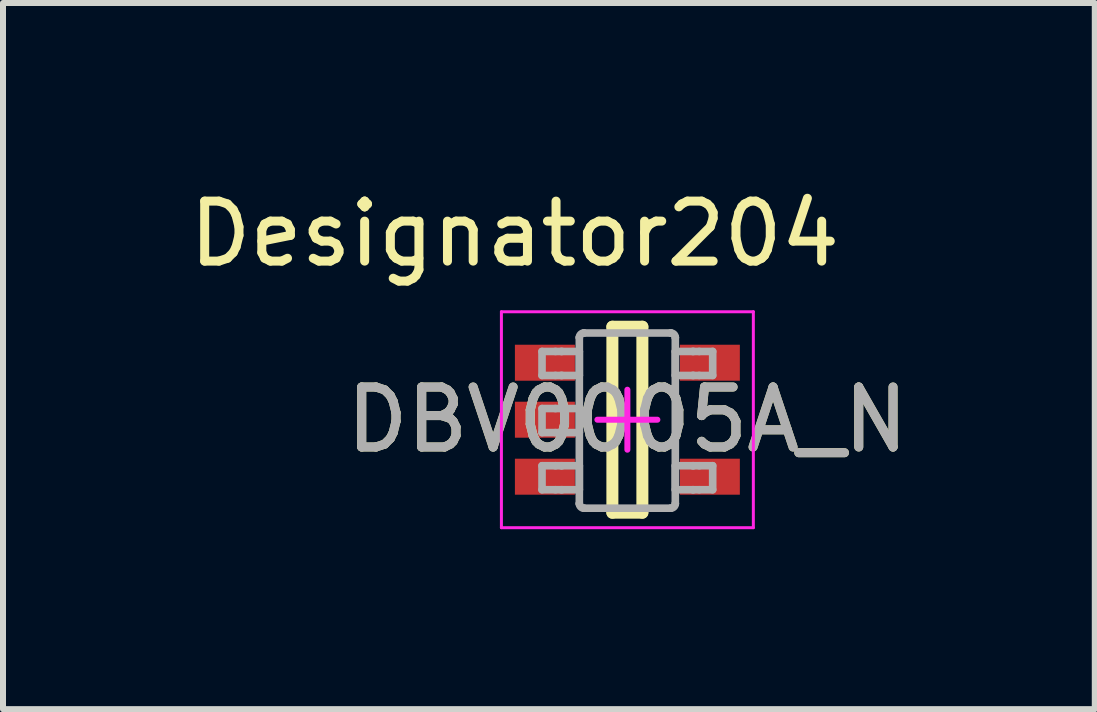
<source format=kicad_pcb>
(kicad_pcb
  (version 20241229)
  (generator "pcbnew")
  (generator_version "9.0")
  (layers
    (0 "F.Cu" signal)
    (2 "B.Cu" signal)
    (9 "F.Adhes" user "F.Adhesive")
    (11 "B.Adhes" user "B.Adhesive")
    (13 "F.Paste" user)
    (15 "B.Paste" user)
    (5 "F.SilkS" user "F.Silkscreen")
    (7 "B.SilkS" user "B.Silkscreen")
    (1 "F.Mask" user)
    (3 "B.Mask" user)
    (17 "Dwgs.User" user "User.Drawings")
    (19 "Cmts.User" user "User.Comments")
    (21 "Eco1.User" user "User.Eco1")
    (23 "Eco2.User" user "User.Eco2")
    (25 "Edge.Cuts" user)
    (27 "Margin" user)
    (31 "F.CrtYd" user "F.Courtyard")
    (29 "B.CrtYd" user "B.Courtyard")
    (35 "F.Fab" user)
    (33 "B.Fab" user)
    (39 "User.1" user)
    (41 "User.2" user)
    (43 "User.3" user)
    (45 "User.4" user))
  (footprint "DBV0005A_N"
    (layer "F.Cu")
    (at 7.409 3.947)
    (property "Reference" "DBV0005A_N" (at 0 0 0) (unlocked yes) (layer "F.SilkS") (effects (font (size 1 1) (thickness 0.15))))
    (attr smd)
    (fp_line (start -0.25 -1.55) (end 0.25 -1.55) (stroke (width 0.2) (type solid)) (layer "F.SilkS"))
    (fp_line (start -0.25 1.55) (end -0.25 -1.55) (stroke (width 0.2) (type solid)) (layer "F.SilkS"))
    (fp_line (start -0.25 1.55) (end 0.25 1.55) (stroke (width 0.2) (type solid)) (layer "F.SilkS"))
    (fp_line (start 0.25 1.55) (end 0.25 -1.55) (stroke (width 0.2) (type solid)) (layer "F.SilkS"))
    (fp_line (start -2.1 -1.8) (end 2.1 -1.8) (stroke (width 0.05) (type solid)) (layer "F.CrtYd"))
    (fp_line (start -2.1 1.8) (end -2.1 -1.8) (stroke (width 0.05) (type solid)) (layer "F.CrtYd"))
    (fp_line (start -2.1 1.8) (end 2.1 1.8) (stroke (width 0.05) (type solid)) (layer "F.CrtYd"))
    (fp_line (start -0.5 0) (end 0.5 0) (stroke (width 0.1) (type solid)) (layer "F.CrtYd"))
    (fp_line (start 0 0.5) (end 0 -0.5) (stroke (width 0.1) (type solid)) (layer "F.CrtYd"))
    (fp_line (start 2.1 1.8) (end 2.1 -1.8) (stroke (width 0.05) (type solid)) (layer "F.CrtYd"))
    (fp_line (start -1.423 -1.138) (end -1.199 -1.138) (stroke (width 0.127) (type solid)) (layer "F.Fab"))
    (fp_line (start -1.423 -0.738) (end -1.423 -1.138) (stroke (width 0.127) (type solid)) (layer "F.Fab"))
    (fp_line (start -1.423 -0.738) (end -1.199 -0.738) (stroke (width 0.127) (type solid)) (layer "F.Fab"))
    (fp_line (start -1.423 -0.186) (end -1.199 -0.186) (stroke (width 0.127) (type solid)) (layer "F.Fab"))
    (fp_line (start -1.423 0.215) (end -1.423 -0.186) (stroke (width 0.127) (type solid)) (layer "F.Fab"))
    (fp_line (start -1.423 0.215) (end -1.199 0.215) (stroke (width 0.127) (type solid)) (layer "F.Fab"))
    (fp_line (start -1.423 0.767) (end -1.199 0.767) (stroke (width 0.127) (type solid)) (layer "F.Fab"))
    (fp_line (start -1.423 1.167) (end -1.423 0.767) (stroke (width 0.127) (type solid)) (layer "F.Fab"))
    (fp_line (start -1.423 1.167) (end -1.199 1.167) (stroke (width 0.127) (type solid)) (layer "F.Fab"))
    (fp_line (start -1.199 -1.138) (end -1.105 -1.138) (stroke (width 0.127) (type solid)) (layer "F.Fab"))
    (fp_line (start -1.199 -0.738) (end -1.105 -0.738) (stroke (width 0.127) (type solid)) (layer "F.Fab"))
    (fp_line (start -1.199 -0.186) (end -1.105 -0.186) (stroke (width 0.127) (type solid)) (layer "F.Fab"))
    (fp_line (start -1.199 0.215) (end -1.105 0.215) (stroke (width 0.127) (type solid)) (layer "F.Fab"))
    (fp_line (start -1.199 0.767) (end -1.105 0.767) (stroke (width 0.127) (type solid)) (layer "F.Fab"))
    (fp_line (start -1.199 1.167) (end -1.105 1.167) (stroke (width 0.127) (type solid)) (layer "F.Fab"))
    (fp_line (start -1.105 -1.138) (end -1.088 -1.138) (stroke (width 0.127) (type solid)) (layer "F.Fab"))
    (fp_line (start -1.105 -0.738) (end -1.088 -0.738) (stroke (width 0.127) (type solid)) (layer "F.Fab"))
    (fp_line (start -1.105 -0.186) (end -1.088 -0.186) (stroke (width 0.127) (type solid)) (layer "F.Fab"))
    (fp_line (start -1.105 0.215) (end -1.088 0.215) (stroke (width 0.127) (type solid)) (layer "F.Fab"))
    (fp_line (start -1.105 0.767) (end -1.088 0.767) (stroke (width 0.127) (type solid)) (layer "F.Fab"))
    (fp_line (start -1.105 1.167) (end -1.088 1.167) (stroke (width 0.127) (type solid)) (layer "F.Fab"))
    (fp_line (start -1.088 -1.138) (end -0.835 -1.138) (stroke (width 0.127) (type solid)) (layer "F.Fab"))
    (fp_line (start -1.088 -0.738) (end -0.835 -0.738) (stroke (width 0.127) (type solid)) (layer "F.Fab"))
    (fp_line (start -1.088 -0.186) (end -0.835 -0.186) (stroke (width 0.127) (type solid)) (layer "F.Fab"))
    (fp_line (start -1.088 0.215) (end -0.835 0.215) (stroke (width 0.127) (type solid)) (layer "F.Fab"))
    (fp_line (start -1.088 0.767) (end -0.835 0.767) (stroke (width 0.127) (type solid)) (layer "F.Fab"))
    (fp_line (start -1.088 1.167) (end -0.835 1.167) (stroke (width 0.127) (type solid)) (layer "F.Fab"))
    (fp_line (start -0.835 -1.138) (end -0.801 -1.138) (stroke (width 0.127) (type solid)) (layer "F.Fab"))
    (fp_line (start -0.835 -0.738) (end -0.801 -0.738) (stroke (width 0.127) (type solid)) (layer "F.Fab"))
    (fp_line (start -0.835 -0.186) (end -0.801 -0.186) (stroke (width 0.127) (type solid)) (layer "F.Fab"))
    (fp_line (start -0.835 0.215) (end -0.801 0.215) (stroke (width 0.127) (type solid)) (layer "F.Fab"))
    (fp_line (start -0.835 0.767) (end -0.801 0.767) (stroke (width 0.127) (type solid)) (layer "F.Fab"))
    (fp_line (start -0.835 1.167) (end -0.801 1.167) (stroke (width 0.127) (type solid)) (layer "F.Fab"))
    (fp_line (start -0.801 -1.37) (end -0.801 -1.371) (stroke (width 0.127) (type solid)) (layer "F.Fab"))
    (fp_line (start -0.801 -0.738) (end -0.801 -1.138) (stroke (width 0.127) (type solid)) (layer "F.Fab"))
    (fp_line (start -0.801 0.215) (end -0.801 -0.186) (stroke (width 0.127) (type solid)) (layer "F.Fab"))
    (fp_line (start -0.801 1.167) (end -0.801 0.767) (stroke (width 0.127) (type solid)) (layer "F.Fab"))
    (fp_line (start -0.801 1.399) (end -0.801 -1.37) (stroke (width 0.127) (type solid)) (layer "F.Fab"))
    (fp_line (start -0.801 1.4) (end -0.801 1.399) (stroke (width 0.127) (type solid)) (layer "F.Fab"))
    (fp_line (start -0.725 -1.446) (end -0.725 -1.446) (stroke (width 0.127) (type solid)) (layer "F.Fab"))
    (fp_line (start -0.725 1.475) (end -0.725 1.475) (stroke (width 0.127) (type solid)) (layer "F.Fab"))
    (fp_line (start -0.725 -1.446) (end 0.723 -1.446) (stroke (width 0.127) (type solid)) (layer "F.Fab"))
    (fp_line (start -0.725 1.475) (end 0.723 1.475) (stroke (width 0.127) (type solid)) (layer "F.Fab"))
    (fp_line (start 0.723 -1.446) (end 0.724 -1.446) (stroke (width 0.127) (type solid)) (layer "F.Fab"))
    (fp_line (start 0.723 1.475) (end 0.724 1.475) (stroke (width 0.127) (type solid)) (layer "F.Fab"))
    (fp_line (start 0.799 -1.37) (end 0.799 -1.371) (stroke (width 0.127) (type solid)) (layer "F.Fab"))
    (fp_line (start 0.799 -1.138) (end 0.834 -1.138) (stroke (width 0.127) (type solid)) (layer "F.Fab"))
    (fp_line (start 0.799 -0.738) (end 0.799 -1.138) (stroke (width 0.127) (type solid)) (layer "F.Fab"))
    (fp_line (start 0.799 -0.738) (end 0.834 -0.738) (stroke (width 0.127) (type solid)) (layer "F.Fab"))
    (fp_line (start 0.799 0.767) (end 0.834 0.767) (stroke (width 0.127) (type solid)) (layer "F.Fab"))
    (fp_line (start 0.799 1.167) (end 0.799 0.767) (stroke (width 0.127) (type solid)) (layer "F.Fab"))
    (fp_line (start 0.799 1.167) (end 0.834 1.167) (stroke (width 0.127) (type solid)) (layer "F.Fab"))
    (fp_line (start 0.799 1.399) (end 0.799 -1.37) (stroke (width 0.127) (type solid)) (layer "F.Fab"))
    (fp_line (start 0.799 1.4) (end 0.799 1.399) (stroke (width 0.127) (type solid)) (layer "F.Fab"))
    (fp_line (start 0.834 -1.138) (end 1.087 -1.138) (stroke (width 0.127) (type solid)) (layer "F.Fab"))
    (fp_line (start 0.834 -0.738) (end 1.087 -0.738) (stroke (width 0.127) (type solid)) (layer "F.Fab"))
    (fp_line (start 0.834 0.767) (end 1.087 0.767) (stroke (width 0.127) (type solid)) (layer "F.Fab"))
    (fp_line (start 0.834 1.167) (end 1.087 1.167) (stroke (width 0.127) (type solid)) (layer "F.Fab"))
    (fp_line (start 1.087 -1.138) (end 1.103 -1.138) (stroke (width 0.127) (type solid)) (layer "F.Fab"))
    (fp_line (start 1.087 -0.738) (end 1.103 -0.738) (stroke (width 0.127) (type solid)) (layer "F.Fab"))
    (fp_line (start 1.087 0.767) (end 1.103 0.767) (stroke (width 0.127) (type solid)) (layer "F.Fab"))
    (fp_line (start 1.087 1.167) (end 1.103 1.167) (stroke (width 0.127) (type solid)) (layer "F.Fab"))
    (fp_line (start 1.103 -1.138) (end 1.198 -1.138) (stroke (width 0.127) (type solid)) (layer "F.Fab"))
    (fp_line (start 1.103 -0.738) (end 1.198 -0.738) (stroke (width 0.127) (type solid)) (layer "F.Fab"))
    (fp_line (start 1.103 0.767) (end 1.198 0.767) (stroke (width 0.127) (type solid)) (layer "F.Fab"))
    (fp_line (start 1.103 1.167) (end 1.198 1.167) (stroke (width 0.127) (type solid)) (layer "F.Fab"))
    (fp_line (start 1.198 -1.138) (end 1.422 -1.138) (stroke (width 0.127) (type solid)) (layer "F.Fab"))
    (fp_line (start 1.198 -0.738) (end 1.422 -0.738) (stroke (width 0.127) (type solid)) (layer "F.Fab"))
    (fp_line (start 1.198 0.767) (end 1.422 0.767) (stroke (width 0.127) (type solid)) (layer "F.Fab"))
    (fp_line (start 1.198 1.167) (end 1.422 1.167) (stroke (width 0.127) (type solid)) (layer "F.Fab"))
    (fp_line (start 1.422 -0.738) (end 1.422 -1.138) (stroke (width 0.127) (type solid)) (layer "F.Fab"))
    (fp_line (start 1.422 1.167) (end 1.422 0.767) (stroke (width 0.127) (type solid)) (layer "F.Fab"))
    (fp_arc (start -0.80074 -1.37084) (mid -0.778218 -1.423887) (end -0.724999 -1.445998) (stroke (width 0.127) (type solid)) (layer "F.Fab"))
    (fp_arc (start -0.724999 1.475) (mid -0.778213 1.452901) (end -0.80074 1.399867) (stroke (width 0.127) (type solid)) (layer "F.Fab"))
    (fp_arc (start 0.723714 -1.445998) (mid 0.776933 -1.423887) (end 0.799455 -1.37084) (stroke (width 0.127) (type solid)) (layer "F.Fab"))
    (fp_arc (start 0.799455 1.399868) (mid 0.776927 1.452901) (end 0.723713 1.475) (stroke (width 0.127) (type solid)) (layer "F.Fab"))
    (fp_text user "Designator204" (at -1.88 -3.099 0) (unlocked yes) (layer "F.SilkS") (effects (font (size 1 1) (thickness 0.15))))
    (fp_text user "${REFERENCE}" (at 0 0 0) (unlocked yes) (layer "F.Fab") (effects (font (size 1 1) (thickness 0.15))))
    (pad "1" smd rect (at -1.375 -0.95 90) (size 0.6 1) (layers "F.Cu" "F.Mask" "F.Paste"))
    (pad "2" smd rect (at -1.375 0 90) (size 0.6 1) (layers "F.Cu" "F.Mask" "F.Paste"))
    (pad "3" smd rect (at -1.375 0.95 90) (size 0.6 1) (layers "F.Cu" "F.Mask" "F.Paste"))
    (pad "4" smd rect (at 1.375 0.95 90) (size 0.6 1) (layers "F.Cu" "F.Mask" "F.Paste"))
    (pad "5" smd rect (at 1.375 -0.95 90) (size 0.6 1) (layers "F.Cu" "F.Mask" "F.Paste")))
  (gr_rect
    (start -3 -3)
    (end 15.201 8.772)
    (stroke (width 0.1) (type default))
    (fill no)
    (layer "Edge.Cuts")))
</source>
